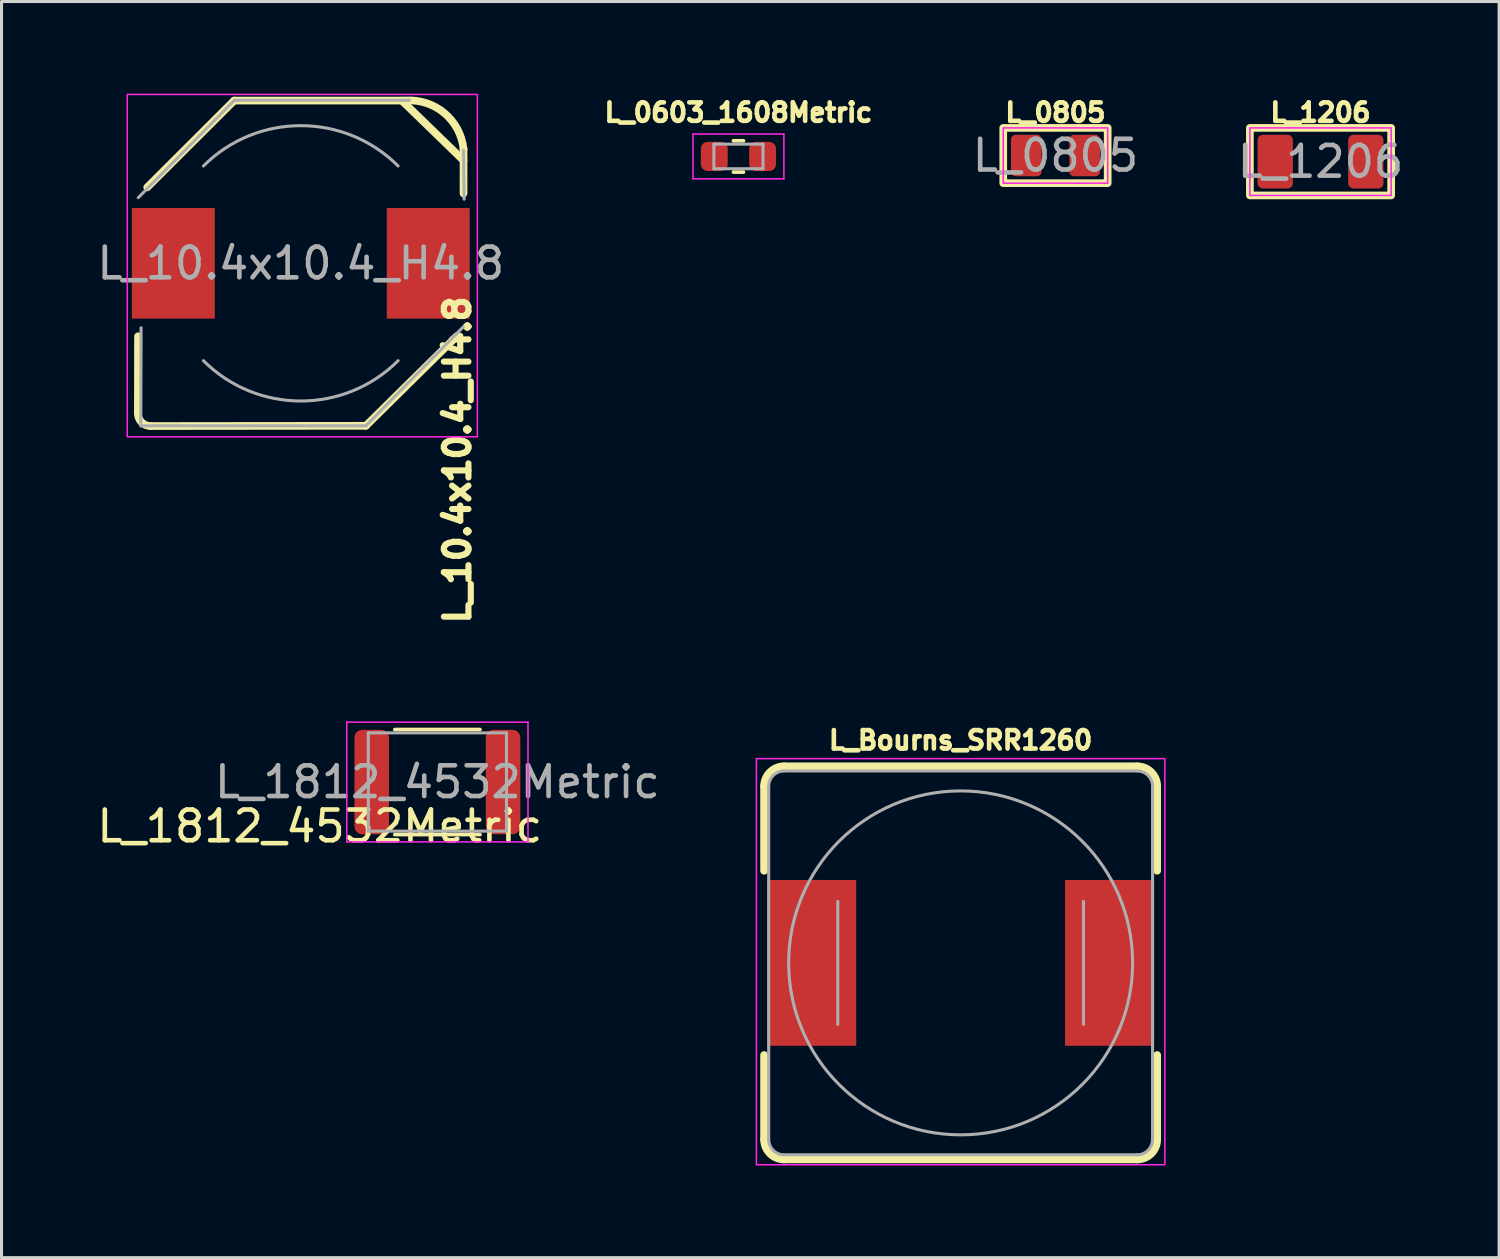
<source format=kicad_pcb>
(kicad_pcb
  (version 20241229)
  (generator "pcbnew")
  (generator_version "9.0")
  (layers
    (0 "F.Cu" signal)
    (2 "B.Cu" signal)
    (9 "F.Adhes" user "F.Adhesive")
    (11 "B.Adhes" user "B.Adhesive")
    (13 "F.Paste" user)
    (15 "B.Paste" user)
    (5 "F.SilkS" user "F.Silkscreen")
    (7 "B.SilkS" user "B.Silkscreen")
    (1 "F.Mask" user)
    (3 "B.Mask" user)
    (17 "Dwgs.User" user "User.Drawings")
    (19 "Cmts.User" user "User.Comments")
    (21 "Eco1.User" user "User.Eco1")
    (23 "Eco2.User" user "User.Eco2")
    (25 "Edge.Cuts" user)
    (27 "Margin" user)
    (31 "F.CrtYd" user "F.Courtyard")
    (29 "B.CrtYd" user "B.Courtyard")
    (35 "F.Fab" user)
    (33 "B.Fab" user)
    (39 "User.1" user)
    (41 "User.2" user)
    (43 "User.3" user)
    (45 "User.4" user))
  (footprint "L_1812_4532Metric"
    (layer "F.Cu")
    (at 11.193 22.415)
    (property "Reference" "L_1812_4532Metric" (at -3.83 1.44 0) (layer "F.SilkS") (effects (font (size 1 1) (thickness 0.15))))
    (attr smd)
    (fp_line (start -1.386 -1.71) (end 1.386 -1.71) (stroke (width 0.12) (type solid)) (layer "F.SilkS"))
    (fp_line (start -1.386 1.71) (end 1.386 1.71) (stroke (width 0.12) (type solid)) (layer "F.SilkS"))
    (fp_line (start -2.95 -1.95) (end 2.95 -1.95) (stroke (width 0.05) (type solid)) (layer "F.CrtYd"))
    (fp_line (start -2.95 1.95) (end -2.95 -1.95) (stroke (width 0.05) (type solid)) (layer "F.CrtYd"))
    (fp_line (start 2.95 -1.95) (end 2.95 1.95) (stroke (width 0.05) (type solid)) (layer "F.CrtYd"))
    (fp_line (start 2.95 1.95) (end -2.95 1.95) (stroke (width 0.05) (type solid)) (layer "F.CrtYd"))
    (fp_line (start -2.25 -1.6) (end 2.25 -1.6) (stroke (width 0.1) (type solid)) (layer "F.Fab"))
    (fp_line (start -2.25 1.6) (end -2.25 -1.6) (stroke (width 0.1) (type solid)) (layer "F.Fab"))
    (fp_line (start 2.25 -1.6) (end 2.25 1.6) (stroke (width 0.1) (type solid)) (layer "F.Fab"))
    (fp_line (start 2.25 1.6) (end -2.25 1.6) (stroke (width 0.1) (type solid)) (layer "F.Fab"))
    (fp_text user "${REFERENCE}" (at 0 0 0) (layer "F.Fab") (effects (font (size 1 1) (thickness 0.15))))
    (pad "1" smd roundrect (at -2.138 0) (size 1.125 3.4) (layers "F.Cu" "F.Mask" "F.Paste") (roundrect_rratio 0.222))
    (pad "2" smd roundrect (at 2.138 0) (size 1.125 3.4) (layers "F.Cu" "F.Mask" "F.Paste") (roundrect_rratio 0.222)))
  (footprint "L_10.4x10.4_H4.8"
    (layer "F.Cu")
    (at 6.744 5.525)
    (property "Reference" "L_10.4x10.4_H4.8" (at 5.1 6.4 90) (layer "F.SilkS") (effects (font (size 0.8 0.8) (thickness 0.2) (bold yes))))
    (attr smd)
    (fp_line (start -5.304 4.858) (end -5.3 2.375) (stroke (width 0.25) (type solid)) (layer "F.SilkS"))
    (fp_line (start -5 -2.475) (end -2.17 -5.3) (stroke (width 0.25) (type solid)) (layer "F.SilkS"))
    (fp_line (start -2.17 -5.3) (end 3.4 -5.3) (stroke (width 0.25) (type solid)) (layer "F.SilkS"))
    (fp_line (start 2.12 5.29) (end -4.884 5.298) (stroke (width 0.25) (type solid)) (layer "F.SilkS"))
    (fp_line (start 5.075 2.375) (end 2.12 5.29) (stroke (width 0.25) (type solid)) (layer "F.SilkS"))
    (fp_line (start 5.3 -3.72) (end 5.3 -2.275) (stroke (width 0.25) (type solid)) (layer "F.SilkS"))
    (fp_line (start 5.3 -3.35) (end 3.29 -5.3) (stroke (width 0.25) (type solid)) (layer "F.SilkS"))
    (fp_arc (start -4.883987 5.298352) (mid -5.189989 5.16999) (end -5.303987 4.858352) (stroke (width 0.25) (type solid)) (layer "F.SilkS"))
    (fp_arc (start 3.4 -5.3) (mid 4.671188 -4.896237) (end 5.3 -3.72) (stroke (width 0.25) (type solid)) (layer "F.SilkS"))
    (fp_rect (start -5.65 -5.5) (end 5.75 5.65) (stroke (width 0.05) (type solid)) (fill no) (layer "F.CrtYd"))
    (fp_line (start -5.21 5.29) (end -5.2 2.1) (stroke (width 0.1) (type solid)) (layer "F.Fab"))
    (fp_line (start -5.21 5.29) (end 2.12 5.29) (stroke (width 0.1) (type solid)) (layer "F.Fab"))
    (fp_line (start -2.16 -5.31) (end -5.29 -2.14) (stroke (width 0.1) (type solid)) (layer "F.Fab"))
    (fp_line (start -2.16 -5.31) (end 3.54 -5.31) (stroke (width 0.1) (type solid)) (layer "F.Fab"))
    (fp_line (start 2.12 5.29) (end 5.29 2.07) (stroke (width 0.1) (type solid)) (layer "F.Fab"))
    (fp_line (start 5.3 -3.68) (end 5.32 -2.09) (stroke (width 0.1) (type solid)) (layer "F.Fab"))
    (fp_arc (start -3.17 -3.17) (mid 0 -4.483057) (end 3.17 -3.17) (stroke (width 0.1) (type solid)) (layer "F.Fab"))
    (fp_arc (start 3.17 3.17) (mid 0 4.483057) (end -3.17 3.17) (stroke (width 0.1) (type solid)) (layer "F.Fab"))
    (fp_text user "${REFERENCE}" (at 0 0 0) (layer "F.Fab") (effects (font (size 1 1) (thickness 0.15))))
    (pad "1" smd rect (at -4.15 0) (size 2.7 3.6) (layers "F.Cu" "F.Mask" "F.Paste"))
    (pad "2" smd rect (at 4.15 0) (size 2.7 3.6) (layers "F.Cu" "F.Mask" "F.Paste")))
  (footprint "L_Bourns_SRR1260"
    (layer "F.Cu")
    (at 28.231 28.304)
    (property "Reference" "L_Bourns_SRR1260" (at 0 -7.25 180) (layer "F.SilkS") (effects (font (size 0.6 0.6) (thickness 0.15))))
    (attr smd)
    (fp_line (start -6.4 -5.75) (end -6.4 -3) (stroke (width 0.25) (type solid)) (layer "F.SilkS"))
    (fp_line (start -6.4 3) (end -6.4 5.75) (stroke (width 0.25) (type solid)) (layer "F.SilkS"))
    (fp_line (start -5.75 -6.4) (end 5.75 -6.4) (stroke (width 0.25) (type solid)) (layer "F.SilkS"))
    (fp_line (start 5.75 6.4) (end -5.75 6.4) (stroke (width 0.25) (type solid)) (layer "F.SilkS"))
    (fp_line (start 6.4 -5.75) (end 6.4 -3) (stroke (width 0.25) (type solid)) (layer "F.SilkS"))
    (fp_line (start 6.4 3) (end 6.4 5.75) (stroke (width 0.25) (type solid)) (layer "F.SilkS"))
    (fp_arc (start -6.4 -5.75) (mid -6.209619 -6.209619) (end -5.75 -6.4) (stroke (width 0.25) (type solid)) (layer "F.SilkS"))
    (fp_arc (start -5.75 6.4) (mid -6.209619 6.209619) (end -6.4 5.75) (stroke (width 0.25) (type solid)) (layer "F.SilkS"))
    (fp_arc (start 5.75 -6.4) (mid 6.209619 -6.209619) (end 6.4 -5.75) (stroke (width 0.25) (type solid)) (layer "F.SilkS"))
    (fp_arc (start 6.4 5.75) (mid 6.209619 6.209619) (end 5.75 6.4) (stroke (width 0.25) (type solid)) (layer "F.SilkS"))
    (fp_rect (start -6.65 -6.65) (end 6.65 6.575) (stroke (width 0.05) (type solid)) (fill no) (layer "F.CrtYd"))
    (fp_line (start -6.25 -5.75) (end -6.25 5.75) (stroke (width 0.1) (type solid)) (layer "F.Fab"))
    (fp_line (start -5.75 -6.25) (end 5.75 -6.25) (stroke (width 0.1) (type solid)) (layer "F.Fab"))
    (fp_line (start -4 2) (end -4 -2) (stroke (width 0.1) (type solid)) (layer "F.Fab"))
    (fp_line (start 4 -2) (end 4 2) (stroke (width 0.1) (type solid)) (layer "F.Fab"))
    (fp_line (start 5.75 6.25) (end -5.75 6.25) (stroke (width 0.1) (type solid)) (layer "F.Fab"))
    (fp_line (start 6.25 -5.75) (end 6.25 5.75) (stroke (width 0.1) (type solid)) (layer "F.Fab"))
    (fp_arc (start -6.25 -5.75) (mid -6.103553 -6.103553) (end -5.75 -6.25) (stroke (width 0.1) (type solid)) (layer "F.Fab"))
    (fp_arc (start -5.75 6.25) (mid -6.103553 6.103553) (end -6.25 5.75) (stroke (width 0.1) (type solid)) (layer "F.Fab"))
    (fp_arc (start 5.75 -6.25) (mid 6.103553 -6.103553) (end 6.25 -5.75) (stroke (width 0.1) (type solid)) (layer "F.Fab"))
    (fp_arc (start 6.25 5.75) (mid 6.103553 6.103553) (end 5.75 6.25) (stroke (width 0.1) (type solid)) (layer "F.Fab"))
    (fp_circle (center 0 0) (end 0 -5.6) (stroke (width 0.1) (type solid)) (fill no) (layer "F.Fab"))
    (pad "1" smd rect (at -4.85 0) (size 2.9 5.4) (layers "F.Cu" "F.Mask" "F.Paste"))
    (pad "2" smd rect (at 4.85 0) (size 2.9 5.4) (layers "F.Cu" "F.Mask" "F.Paste")))
  (footprint "L_0805"
    (layer "F.Cu")
    (at 31.319 2.014)
    (property "Reference" "L_0805" (at 0 -1.4 0) (unlocked yes) (layer "F.SilkS") (effects (font (size 0.6 0.6) (thickness 0.15) (bold yes))))
    (attr smd)
    (fp_rect (start -1.7 -0.9) (end 1.7 0.9) (stroke (width 0.25) (type default)) (fill no) (layer "F.SilkS"))
    (fp_rect (start -1.7 -0.9) (end 1.7 0.9) (stroke (width 0.05) (type default)) (fill no) (layer "F.CrtYd"))
    (fp_text user "${REFERENCE}" (at 0 0 0) (unlocked yes) (layer "F.Fab") (effects (font (size 1 1) (thickness 0.15))))
    (pad "1" smd roundrect (at -0.95 0) (size 1 1.35) (layers "F.Cu" "F.Mask" "F.Paste") (roundrect_rratio 0.15))
    (pad "2" smd roundrect (at 0.95 0) (size 1 1.35) (layers "F.Cu" "F.Mask" "F.Paste") (roundrect_rratio 0.15)))
  (footprint "L_1206"
    (layer "F.Cu")
    (at 39.95 2.214)
    (property "Reference" "L_1206" (at 0 -1.6 0) (unlocked yes) (layer "F.SilkS") (effects (font (size 0.6 0.6) (thickness 0.15) (bold yes))))
    (attr smd)
    (fp_rect (start -2.3 -1.1) (end 2.3 1.1) (stroke (width 0.25) (type default)) (fill no) (layer "F.SilkS"))
    (fp_rect (start -2.3 -1.1) (end 2.3 1.1) (stroke (width 0.05) (type default)) (fill no) (layer "F.CrtYd"))
    (fp_text user "${REFERENCE}" (at 0 0 0) (unlocked yes) (layer "F.Fab") (effects (font (size 1 1) (thickness 0.15))))
    (pad "1" smd roundrect (at -1.475 0) (size 1.15 1.75) (layers "F.Cu" "F.Mask" "F.Paste") (roundrect_rratio 0.15))
    (pad "2" smd roundrect (at 1.475 0) (size 1.15 1.75) (layers "F.Cu" "F.Mask" "F.Paste") (roundrect_rratio 0.15)))
  (footprint "L_0603_1608Metric"
    (layer "F.Cu")
    (at 20.996 2.044)
    (property "Reference" "L_0603_1608Metric" (at 0 -1.43 180) (layer "F.SilkS") (effects (font (size 0.6 0.6) (thickness 0.15))))
    (attr smd)
    (fp_line (start -0.163 -0.51) (end 0.163 -0.51) (stroke (width 0.12) (type solid)) (layer "F.SilkS"))
    (fp_line (start -0.163 0.51) (end 0.163 0.51) (stroke (width 0.12) (type solid)) (layer "F.SilkS"))
    (fp_line (start -1.48 -0.73) (end 1.48 -0.73) (stroke (width 0.05) (type solid)) (layer "F.CrtYd"))
    (fp_line (start -1.48 0.73) (end -1.48 -0.73) (stroke (width 0.05) (type solid)) (layer "F.CrtYd"))
    (fp_line (start 1.48 -0.73) (end 1.48 0.73) (stroke (width 0.05) (type solid)) (layer "F.CrtYd"))
    (fp_line (start 1.48 0.73) (end -1.48 0.73) (stroke (width 0.05) (type solid)) (layer "F.CrtYd"))
    (fp_line (start -0.8 -0.4) (end 0.8 -0.4) (stroke (width 0.1) (type solid)) (layer "F.Fab"))
    (fp_line (start -0.8 0.4) (end -0.8 -0.4) (stroke (width 0.1) (type solid)) (layer "F.Fab"))
    (fp_line (start 0.8 -0.4) (end 0.8 0.4) (stroke (width 0.1) (type solid)) (layer "F.Fab"))
    (fp_line (start 0.8 0.4) (end -0.8 0.4) (stroke (width 0.1) (type solid)) (layer "F.Fab"))
    (pad "1" smd roundrect (at -0.787 0) (size 0.875 0.95) (layers "F.Cu" "F.Mask" "F.Paste") (roundrect_rratio 0.25))
    (pad "2" smd roundrect (at 0.787 0) (size 0.875 0.95) (layers "F.Cu" "F.Mask" "F.Paste") (roundrect_rratio 0.25)))
  (gr_rect
    (start -3 -3)
    (end 45.766 37.904)
    (stroke (width 0.1) (type default))
    (fill no)
    (layer "Edge.Cuts")))
</source>
